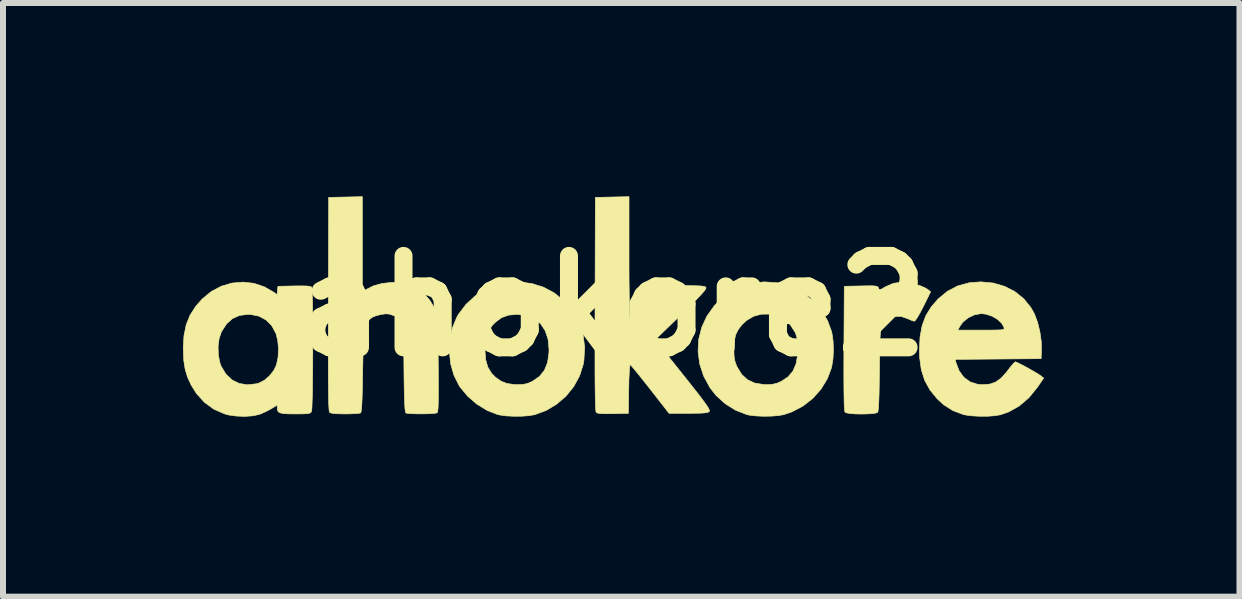
<source format=kicad_pcb>
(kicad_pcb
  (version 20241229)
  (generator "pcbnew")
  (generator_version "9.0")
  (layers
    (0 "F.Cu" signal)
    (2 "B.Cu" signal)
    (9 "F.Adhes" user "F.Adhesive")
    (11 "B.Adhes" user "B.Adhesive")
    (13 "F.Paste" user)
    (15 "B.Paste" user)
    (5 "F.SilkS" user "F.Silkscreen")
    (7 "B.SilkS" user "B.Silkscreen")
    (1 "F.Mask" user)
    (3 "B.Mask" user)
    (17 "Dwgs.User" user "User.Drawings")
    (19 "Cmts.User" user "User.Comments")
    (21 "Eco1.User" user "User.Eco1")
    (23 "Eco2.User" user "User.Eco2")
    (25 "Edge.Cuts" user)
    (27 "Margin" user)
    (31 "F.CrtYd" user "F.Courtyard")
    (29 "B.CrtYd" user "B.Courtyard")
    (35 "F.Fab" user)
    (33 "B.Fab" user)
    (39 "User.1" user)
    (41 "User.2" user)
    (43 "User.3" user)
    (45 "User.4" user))
  (footprint "ahokore2"
    (layer "F.Cu")
    (at 14.359 0.25)
    (property "Reference" "ahokore2" (at -7.2 1.8 0) (layer "F.SilkS") (effects (font (size 1.524 1.524) (thickness 0.3))))
    (attr through_hole)
    (fp_poly (pts (xy -2.205 1.421) (xy -2.146 1.437) (xy -2.065 1.465) (xy -1.994 1.496) (xy -1.948 1.523) (xy -1.948 1.523) (xy -1.898 1.564) (xy -2.019 1.809) (xy -2.067 1.901) (xy -2.11 1.977) (xy -2.145 2.03) (xy -2.166 2.054) (xy -2.168 2.054) (xy -2.203 2.045) (xy -2.257 2.022) (xy -2.279 2.012) (xy -2.39 1.974) (xy -2.498 1.974) (xy -2.594 2.01) (xy -2.671 2.079) (xy -2.704 2.131) (xy -2.715 2.157) (xy -2.724 2.187) (xy -2.732 2.227) (xy -2.737 2.281) (xy -2.742 2.353) (xy -2.745 2.45) (xy -2.747 2.576) (xy -2.749 2.735) (xy -2.751 2.879) (xy -2.754 3.09) (xy -2.757 3.265) (xy -2.762 3.401) (xy -2.768 3.499) (xy -2.775 3.557) (xy -2.78 3.572) (xy -2.812 3.585) (xy -2.875 3.594) (xy -2.959 3.599) (xy -3.054 3.601) (xy -3.148 3.599) (xy -3.232 3.593) (xy -3.294 3.583) (xy -3.324 3.57) (xy -3.33 3.549) (xy -3.335 3.5) (xy -3.339 3.421) (xy -3.341 3.31) (xy -3.343 3.165) (xy -3.344 2.983) (xy -3.344 2.763) (xy -3.343 2.507) (xy -3.337 1.472) (xy -3.058 1.466) (xy -2.945 1.464) (xy -2.866 1.464) (xy -2.816 1.468) (xy -2.787 1.475) (xy -2.773 1.487) (xy -2.766 1.502) (xy -2.756 1.524) (xy -2.739 1.528) (xy -2.706 1.513) (xy -2.653 1.481) (xy -2.518 1.422) (xy -2.369 1.402) (xy -2.205 1.421)) (stroke (width 0.01) (type solid)) (fill yes) (layer "F.SilkS"))
    (fp_poly (pts (xy -8.544 1.426) (xy -8.353 1.486) (xy -8.173 1.581) (xy -8.009 1.712) (xy -8 1.721) (xy -7.86 1.888) (xy -7.757 2.075) (xy -7.691 2.276) (xy -7.664 2.489) (xy -7.677 2.709) (xy -7.689 2.778) (xy -7.75 2.968) (xy -7.847 3.144) (xy -7.975 3.302) (xy -8.13 3.436) (xy -8.306 3.541) (xy -8.494 3.611) (xy -8.59 3.628) (xy -8.712 3.637) (xy -8.844 3.638) (xy -8.971 3.632) (xy -9.078 3.617) (xy -9.112 3.61) (xy -9.29 3.541) (xy -9.461 3.436) (xy -9.614 3.304) (xy -9.741 3.151) (xy -9.759 3.122) (xy -9.844 2.952) (xy -9.898 2.762) (xy -9.919 2.562) (xy -9.918 2.526) (xy -9.326 2.526) (xy -9.326 2.542) (xy -9.314 2.696) (xy -9.278 2.82) (xy -9.215 2.923) (xy -9.148 2.99) (xy -9.058 3.053) (xy -8.964 3.091) (xy -8.851 3.108) (xy -8.785 3.111) (xy -8.692 3.107) (xy -8.618 3.092) (xy -8.542 3.059) (xy -8.531 3.053) (xy -8.417 2.974) (xy -8.335 2.872) (xy -8.283 2.744) (xy -8.26 2.587) (xy -8.258 2.526) (xy -8.274 2.356) (xy -8.322 2.212) (xy -8.398 2.097) (xy -8.503 2.012) (xy -8.633 1.959) (xy -8.788 1.94) (xy -8.798 1.94) (xy -8.936 1.953) (xy -9.049 1.994) (xy -9.15 2.069) (xy -9.194 2.113) (xy -9.257 2.196) (xy -9.297 2.285) (xy -9.319 2.391) (xy -9.326 2.526) (xy -9.918 2.526) (xy -9.91 2.36) (xy -9.869 2.166) (xy -9.796 1.989) (xy -9.769 1.941) (xy -9.641 1.772) (xy -9.489 1.633) (xy -9.318 1.526) (xy -9.133 1.452) (xy -8.939 1.409) (xy -8.741 1.401) (xy -8.544 1.426)) (stroke (width 0.01) (type solid)) (fill yes) (layer "F.SilkS"))
    (fp_poly (pts (xy -4.454 1.413) (xy -4.366 1.43) (xy -4.179 1.495) (xy -4.005 1.594) (xy -3.85 1.722) (xy -3.718 1.874) (xy -3.616 2.043) (xy -3.549 2.225) (xy -3.541 2.261) (xy -3.523 2.392) (xy -3.518 2.541) (xy -3.526 2.688) (xy -3.547 2.815) (xy -3.549 2.826) (xy -3.62 3.015) (xy -3.727 3.189) (xy -3.864 3.342) (xy -4.027 3.469) (xy -4.211 3.565) (xy -4.345 3.611) (xy -4.439 3.627) (xy -4.559 3.636) (xy -4.689 3.638) (xy -4.815 3.632) (xy -4.921 3.619) (xy -4.959 3.611) (xy -5.147 3.538) (xy -5.322 3.429) (xy -5.475 3.29) (xy -5.575 3.162) (xy -5.681 2.967) (xy -5.747 2.765) (xy -5.774 2.559) (xy -5.772 2.52) (xy -5.177 2.52) (xy -5.175 2.62) (xy -5.166 2.695) (xy -5.147 2.761) (xy -5.122 2.818) (xy -5.047 2.941) (xy -4.951 3.029) (xy -4.83 3.085) (xy -4.682 3.109) (xy -4.638 3.111) (xy -4.54 3.107) (xy -4.46 3.088) (xy -4.388 3.057) (xy -4.276 2.983) (xy -4.194 2.888) (xy -4.141 2.766) (xy -4.114 2.615) (xy -4.11 2.512) (xy -4.113 2.407) (xy -4.126 2.327) (xy -4.149 2.256) (xy -4.159 2.234) (xy -4.236 2.115) (xy -4.338 2.025) (xy -4.457 1.964) (xy -4.587 1.935) (xy -4.72 1.937) (xy -4.85 1.972) (xy -4.968 2.042) (xy -5.04 2.109) (xy -5.105 2.194) (xy -5.147 2.279) (xy -5.169 2.376) (xy -5.177 2.501) (xy -5.177 2.52) (xy -5.772 2.52) (xy -5.763 2.355) (xy -5.713 2.157) (xy -5.626 1.968) (xy -5.502 1.795) (xy -5.445 1.734) (xy -5.275 1.593) (xy -5.087 1.488) (xy -4.886 1.423) (xy -4.673 1.398) (xy -4.454 1.413)) (stroke (width 0.01) (type solid)) (fill yes) (layer "F.SilkS"))
    (fp_poly (pts (xy -6.925 0.995) (xy -6.925 1.198) (xy -6.924 1.387) (xy -6.922 1.559) (xy -6.92 1.709) (xy -6.918 1.834) (xy -6.915 1.928) (xy -6.912 1.989) (xy -6.909 2.012) (xy -6.909 2.012) (xy -6.889 1.997) (xy -6.845 1.958) (xy -6.781 1.897) (xy -6.703 1.821) (xy -6.618 1.736) (xy -6.343 1.461) (xy -5.998 1.461) (xy -5.868 1.462) (xy -5.774 1.464) (xy -5.71 1.468) (xy -5.67 1.474) (xy -5.649 1.483) (xy -5.641 1.495) (xy -5.647 1.516) (xy -5.676 1.556) (xy -5.729 1.616) (xy -5.809 1.7) (xy -5.917 1.808) (xy -6.054 1.942) (xy -6.059 1.947) (xy -6.49 2.364) (xy -6.027 2.943) (xy -5.9 3.103) (xy -5.797 3.233) (xy -5.718 3.336) (xy -5.659 3.416) (xy -5.618 3.475) (xy -5.594 3.516) (xy -5.584 3.542) (xy -5.585 3.555) (xy -5.6 3.568) (xy -5.627 3.577) (xy -5.674 3.583) (xy -5.748 3.587) (xy -5.854 3.588) (xy -5.932 3.589) (xy -6.257 3.589) (xy -6.572 3.186) (xy -6.66 3.074) (xy -6.741 2.973) (xy -6.81 2.888) (xy -6.862 2.825) (xy -6.896 2.786) (xy -6.905 2.777) (xy -6.911 2.795) (xy -6.917 2.849) (xy -6.922 2.933) (xy -6.927 3.04) (xy -6.929 3.164) (xy -6.93 3.18) (xy -6.935 3.589) (xy -7.192 3.595) (xy -7.307 3.596) (xy -7.387 3.594) (xy -7.438 3.588) (xy -7.466 3.577) (xy -7.472 3.571) (xy -7.477 3.554) (xy -7.481 3.512) (xy -7.484 3.445) (xy -7.487 3.35) (xy -7.489 3.226) (xy -7.491 3.07) (xy -7.492 2.881) (xy -7.492 2.657) (xy -7.492 2.396) (xy -7.492 2.097) (xy -7.491 1.766) (xy -7.486 -0.01) (xy -7.205 -0.016) (xy -6.925 -0.022) (xy -6.925 0.995)) (stroke (width 0.01) (type solid)) (fill yes) (layer "F.SilkS"))
    (fp_poly (pts (xy -0.856 1.417) (xy -0.666 1.472) (xy -0.494 1.56) (xy -0.346 1.679) (xy -0.226 1.827) (xy -0.167 1.933) (xy -0.115 2.072) (xy -0.076 2.233) (xy -0.053 2.398) (xy -0.05 2.531) (xy -0.056 2.678) (xy -0.773 2.684) (xy -1.489 2.69) (xy -1.476 2.741) (xy -1.423 2.881) (xy -1.343 2.99) (xy -1.239 3.065) (xy -1.112 3.106) (xy -1.027 3.112) (xy -0.91 3.102) (xy -0.811 3.066) (xy -0.72 3) (xy -0.63 2.899) (xy -0.614 2.878) (xy -0.563 2.811) (xy -0.519 2.761) (xy -0.491 2.734) (xy -0.485 2.731) (xy -0.457 2.741) (xy -0.402 2.768) (xy -0.33 2.805) (xy -0.251 2.849) (xy -0.174 2.893) (xy -0.109 2.932) (xy -0.066 2.961) (xy -0.062 2.963) (xy -0.014 3.002) (xy -0.117 3.153) (xy -0.259 3.328) (xy -0.42 3.466) (xy -0.598 3.566) (xy -0.734 3.613) (xy -0.829 3.629) (xy -0.95 3.638) (xy -1.083 3.638) (xy -1.211 3.631) (xy -1.321 3.616) (xy -1.356 3.608) (xy -1.53 3.542) (xy -1.686 3.442) (xy -1.789 3.346) (xy -1.91 3.198) (xy -1.997 3.039) (xy -2.053 2.863) (xy -2.081 2.662) (xy -2.085 2.53) (xy -2.074 2.313) (xy -2.053 2.202) (xy -1.444 2.202) (xy -1.054 2.202) (xy -0.916 2.202) (xy -0.816 2.201) (xy -0.747 2.199) (xy -0.704 2.195) (xy -0.681 2.188) (xy -0.673 2.178) (xy -0.674 2.164) (xy -0.675 2.157) (xy -0.713 2.088) (xy -0.782 2.024) (xy -0.871 1.971) (xy -0.971 1.937) (xy -1.055 1.927) (xy -1.164 1.946) (xy -1.271 1.996) (xy -1.36 2.069) (xy -1.412 2.141) (xy -1.444 2.202) (xy -2.053 2.202) (xy -2.039 2.126) (xy -1.978 1.962) (xy -1.888 1.815) (xy -1.773 1.683) (xy -1.618 1.555) (xy -1.446 1.465) (xy -1.256 1.413) (xy -1.062 1.398) (xy -0.856 1.417)) (stroke (width 0.01) (type solid)) (fill yes) (layer "F.SilkS"))
    (fp_poly (pts (xy -13.178 1.422) (xy -13.002 1.481) (xy -12.852 1.567) (xy -12.791 1.61) (xy -12.784 1.541) (xy -12.777 1.472) (xy -12.504 1.466) (xy -12.382 1.465) (xy -12.297 1.467) (xy -12.244 1.473) (xy -12.217 1.483) (xy -12.213 1.487) (xy -12.209 1.515) (xy -12.205 1.58) (xy -12.202 1.677) (xy -12.199 1.801) (xy -12.197 1.947) (xy -12.196 2.11) (xy -12.196 2.285) (xy -12.195 2.467) (xy -12.196 2.65) (xy -12.197 2.829) (xy -12.199 3) (xy -12.201 3.157) (xy -12.203 3.295) (xy -12.207 3.41) (xy -12.21 3.495) (xy -12.215 3.546) (xy -12.217 3.558) (xy -12.23 3.576) (xy -12.253 3.588) (xy -12.292 3.595) (xy -12.356 3.598) (xy -12.452 3.599) (xy -12.488 3.599) (xy -12.607 3.598) (xy -12.69 3.592) (xy -12.744 3.58) (xy -12.773 3.56) (xy -12.786 3.529) (xy -12.788 3.5) (xy -12.788 3.451) (xy -12.889 3.513) (xy -12.969 3.556) (xy -13.056 3.595) (xy -13.09 3.608) (xy -13.198 3.631) (xy -13.329 3.64) (xy -13.468 3.635) (xy -13.597 3.617) (xy -13.661 3.6) (xy -13.843 3.521) (xy -14.001 3.406) (xy -14.136 3.257) (xy -14.223 3.117) (xy -14.283 2.987) (xy -14.323 2.855) (xy -14.346 2.708) (xy -14.354 2.534) (xy -14.354 2.507) (xy -14.353 2.479) (xy -13.774 2.479) (xy -13.77 2.616) (xy -13.745 2.743) (xy -13.723 2.805) (xy -13.643 2.937) (xy -13.541 3.033) (xy -13.42 3.092) (xy -13.283 3.114) (xy -13.132 3.096) (xy -13.097 3.086) (xy -13.005 3.04) (xy -12.916 2.964) (xy -12.843 2.87) (xy -12.802 2.784) (xy -12.775 2.659) (xy -12.767 2.516) (xy -12.78 2.374) (xy -12.809 2.26) (xy -12.878 2.13) (xy -12.974 2.033) (xy -13.094 1.969) (xy -13.234 1.941) (xy -13.275 1.94) (xy -13.415 1.957) (xy -13.533 2.009) (xy -13.632 2.097) (xy -13.714 2.223) (xy -13.722 2.239) (xy -13.758 2.348) (xy -13.774 2.479) (xy -14.353 2.479) (xy -14.343 2.297) (xy -14.306 2.115) (xy -14.241 1.953) (xy -14.146 1.805) (xy -14.038 1.683) (xy -13.888 1.559) (xy -13.721 1.471) (xy -13.543 1.418) (xy -13.36 1.402) (xy -13.178 1.422)) (stroke (width 0.01) (type solid)) (fill yes) (layer "F.SilkS"))
    (fp_poly (pts (xy -11.37 1.57) (xy -11.312 1.529) (xy -11.189 1.466) (xy -11.042 1.425) (xy -10.882 1.407) (xy -10.722 1.414) (xy -10.573 1.447) (xy -10.567 1.449) (xy -10.451 1.508) (xy -10.339 1.598) (xy -10.242 1.709) (xy -10.171 1.83) (xy -10.161 1.853) (xy -10.148 1.887) (xy -10.138 1.92) (xy -10.129 1.956) (xy -10.123 2.001) (xy -10.118 2.058) (xy -10.114 2.134) (xy -10.111 2.231) (xy -10.109 2.355) (xy -10.107 2.511) (xy -10.105 2.703) (xy -10.104 2.772) (xy -10.103 2.983) (xy -10.102 3.155) (xy -10.102 3.293) (xy -10.104 3.399) (xy -10.106 3.477) (xy -10.11 3.53) (xy -10.116 3.563) (xy -10.123 3.579) (xy -10.125 3.581) (xy -10.158 3.588) (xy -10.222 3.594) (xy -10.306 3.597) (xy -10.4 3.598) (xy -10.492 3.597) (xy -10.57 3.593) (xy -10.626 3.588) (xy -10.644 3.582) (xy -10.651 3.565) (xy -10.658 3.522) (xy -10.663 3.451) (xy -10.667 3.348) (xy -10.671 3.211) (xy -10.674 3.036) (xy -10.676 2.858) (xy -10.678 2.648) (xy -10.68 2.476) (xy -10.684 2.338) (xy -10.691 2.229) (xy -10.7 2.147) (xy -10.714 2.085) (xy -10.732 2.041) (xy -10.756 2.009) (xy -10.787 1.986) (xy -10.824 1.968) (xy -10.856 1.956) (xy -10.921 1.935) (xy -10.978 1.93) (xy -11.049 1.94) (xy -11.069 1.944) (xy -11.137 1.961) (xy -11.194 1.983) (xy -11.24 2.014) (xy -11.276 2.058) (xy -11.304 2.119) (xy -11.326 2.201) (xy -11.341 2.307) (xy -11.351 2.442) (xy -11.358 2.61) (xy -11.363 2.815) (xy -11.365 2.922) (xy -11.368 3.126) (xy -11.372 3.29) (xy -11.377 3.416) (xy -11.383 3.505) (xy -11.39 3.56) (xy -11.398 3.583) (xy -11.398 3.583) (xy -11.428 3.589) (xy -11.491 3.594) (xy -11.577 3.598) (xy -11.658 3.599) (xy -11.773 3.597) (xy -11.851 3.592) (xy -11.898 3.582) (xy -11.918 3.57) (xy -11.922 3.552) (xy -11.926 3.507) (xy -11.93 3.434) (xy -11.932 3.332) (xy -11.934 3.199) (xy -11.936 3.032) (xy -11.937 2.831) (xy -11.937 2.594) (xy -11.937 2.319) (xy -11.937 2.004) (xy -11.936 1.766) (xy -11.931 -0.01) (xy -11.65 -0.016) (xy -11.37 -0.022) (xy -11.37 1.57)) (stroke (width 0.01) (type solid)) (fill yes) (layer "F.SilkS")))
  (gr_rect
    (start -3 -3)
    (end 17.609 6.895)
    (stroke (width 0.1) (type default))
    (fill no)
    (layer "Edge.Cuts")))
</source>
